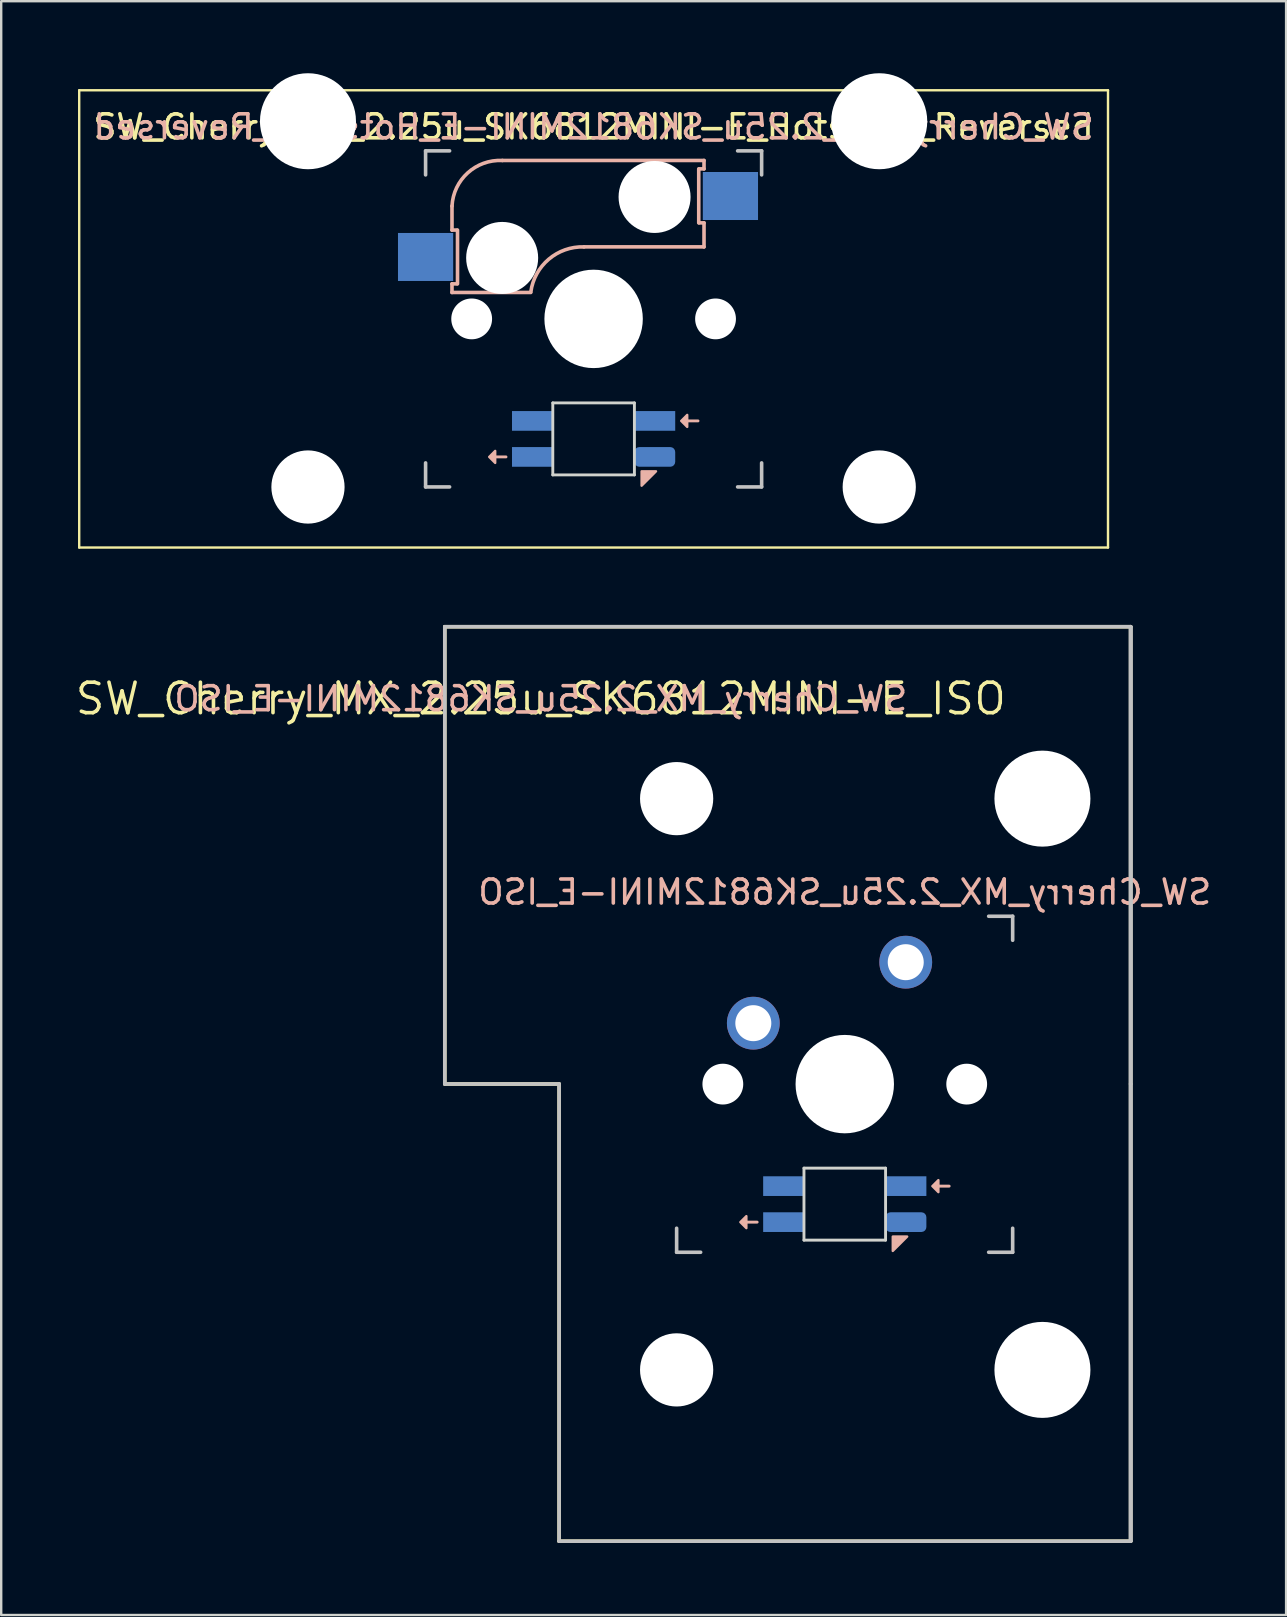
<source format=kicad_pcb>
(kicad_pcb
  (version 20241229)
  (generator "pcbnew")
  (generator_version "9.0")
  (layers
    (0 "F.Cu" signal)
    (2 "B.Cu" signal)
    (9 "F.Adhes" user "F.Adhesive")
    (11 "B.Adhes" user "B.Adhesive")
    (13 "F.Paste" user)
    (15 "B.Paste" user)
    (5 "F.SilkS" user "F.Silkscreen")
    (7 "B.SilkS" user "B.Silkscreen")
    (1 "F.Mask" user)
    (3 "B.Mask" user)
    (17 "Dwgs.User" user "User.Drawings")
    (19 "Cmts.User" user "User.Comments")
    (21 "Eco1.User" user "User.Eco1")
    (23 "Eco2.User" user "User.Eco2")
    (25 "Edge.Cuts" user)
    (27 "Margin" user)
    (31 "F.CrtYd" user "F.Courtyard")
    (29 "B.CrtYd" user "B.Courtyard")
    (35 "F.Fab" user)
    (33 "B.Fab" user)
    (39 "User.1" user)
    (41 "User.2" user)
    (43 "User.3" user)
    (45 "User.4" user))
  (footprint "SW_Cherry_MX_2.25u_SK6812MINI-E_ISO"
    (layer "F.Cu")
    (at 15.481 23.061)
    (property "Reference" "SW_Cherry_MX_2.25u_SK6812MINI-E_ISO" (at 4 3 0) (layer "F.SilkS") (effects (font (size 1.27 1.27) (thickness 0.15))))
    (attr through_hole)
    (fp_line (start 0 0) (end 28.575 0) (stroke (width 0.15) (type solid)) (layer "F.SilkS"))
    (fp_line (start 0 19.05) (end 0 0) (stroke (width 0.15) (type solid)) (layer "F.SilkS"))
    (fp_line (start 0 19.05) (end 4.763 19.05) (stroke (width 0.15) (type solid)) (layer "F.SilkS"))
    (fp_line (start 4.763 19.05) (end 4.763 38.1) (stroke (width 0.15) (type solid)) (layer "F.SilkS"))
    (fp_line (start 4.763 38.1) (end 28.575 38.1) (stroke (width 0.15) (type solid)) (layer "F.SilkS"))
    (fp_line (start 28.575 0) (end 28.575 19.05) (stroke (width 0.15) (type solid)) (layer "F.SilkS"))
    (fp_line (start 28.575 19.05) (end 28.575 38.1) (stroke (width 0.15) (type solid)) (layer "F.SilkS"))
    (fp_line (start 12.564 24.806) (end 13.014 24.806) (stroke (width 0.12) (type solid)) (layer "B.SilkS"))
    (fp_line (start 20.564 23.306) (end 21.014 23.306) (stroke (width 0.12) (type solid)) (layer "B.SilkS"))
    (fp_poly (pts (xy 12.564 24.556) (xy 12.314 24.806) (xy 12.564 25.056)) (stroke (width 0.1) (type solid)) (fill yes) (layer "B.SilkS"))
    (fp_poly (pts (xy 18.664 26.006) (xy 18.664 25.407) (xy 19.264 25.407)) (stroke (width 0.1) (type solid)) (fill yes) (layer "B.SilkS"))
    (fp_poly (pts (xy 20.564 23.056) (xy 20.314 23.306) (xy 20.564 23.556)) (stroke (width 0.1) (type solid)) (fill yes) (layer "B.SilkS"))
    (fp_line (start 0 0) (end 0 19.05) (stroke (width 0.15) (type solid)) (layer "Dwgs.User"))
    (fp_line (start 0 0) (end 28.575 0) (stroke (width 0.15) (type solid)) (layer "Dwgs.User"))
    (fp_line (start 4.763 19.05) (end 0 19.05) (stroke (width 0.15) (type solid)) (layer "Dwgs.User"))
    (fp_line (start 4.763 38.1) (end 4.763 19.05) (stroke (width 0.15) (type solid)) (layer "Dwgs.User"))
    (fp_line (start 4.763 38.1) (end 28.575 38.1) (stroke (width 0.15) (type solid)) (layer "Dwgs.User"))
    (fp_line (start 9.659 26.061) (end 9.659 25.061) (stroke (width 0.15) (type solid)) (layer "Dwgs.User"))
    (fp_line (start 10.659 26.061) (end 9.659 26.061) (stroke (width 0.15) (type solid)) (layer "Dwgs.User"))
    (fp_line (start 22.659 26.061) (end 23.659 26.061) (stroke (width 0.15) (type solid)) (layer "Dwgs.User"))
    (fp_line (start 23.659 12.062) (end 22.659 12.062) (stroke (width 0.15) (type solid)) (layer "Dwgs.User"))
    (fp_line (start 23.659 13.062) (end 23.659 12.062) (stroke (width 0.15) (type solid)) (layer "Dwgs.User"))
    (fp_line (start 23.659 26.061) (end 23.659 25.061) (stroke (width 0.15) (type solid)) (layer "Dwgs.User"))
    (fp_line (start 28.575 0) (end 28.575 19.05) (stroke (width 0.15) (type solid)) (layer "Dwgs.User"))
    (fp_line (start 28.575 0) (end 28.575 38.1) (stroke (width 0.15) (type solid)) (layer "Dwgs.User"))
    (fp_line (start 28.575 0) (end 28.575 38.1) (stroke (width 0.15) (type solid)) (layer "Dwgs.User"))
    (fp_line (start 28.575 19.05) (end 28.575 38.1) (stroke (width 0.15) (type solid)) (layer "Dwgs.User"))
    (fp_line (start 9.614 12.011) (end 10.97 12.011) (stroke (width 0.05) (type solid)) (layer "Eco1.User"))
    (fp_line (start 9.614 26.111) (end 9.614 12.011) (stroke (width 0.05) (type solid)) (layer "Eco1.User"))
    (fp_line (start 9.614 26.111) (end 10.97 26.111) (stroke (width 0.05) (type solid)) (layer "Eco1.User"))
    (fp_line (start 10.97 2.933) (end 10.97 12.011) (stroke (width 0.05) (type solid)) (layer "Eco1.User"))
    (fp_line (start 10.97 35.191) (end 10.97 26.111) (stroke (width 0.05) (type solid)) (layer "Eco1.User"))
    (fp_line (start 23.263 12.011) (end 23.263 10.011) (stroke (width 0.05) (type solid)) (layer "Eco1.User"))
    (fp_line (start 23.263 12.011) (end 23.714 12.011) (stroke (width 0.05) (type solid)) (layer "Eco1.User"))
    (fp_line (start 23.263 26.111) (end 23.263 28.111) (stroke (width 0.05) (type solid)) (layer "Eco1.User"))
    (fp_line (start 23.263 26.111) (end 23.714 26.111) (stroke (width 0.05) (type solid)) (layer "Eco1.User"))
    (fp_line (start 23.263 28.111) (end 24.432 28.111) (stroke (width 0.05) (type solid)) (layer "Eco1.User"))
    (fp_line (start 23.714 12.011) (end 23.714 26.111) (stroke (width 0.05) (type solid)) (layer "Eco1.User"))
    (fp_line (start 24.432 2.932) (end 10.97 2.933) (stroke (width 0.05) (type solid)) (layer "Eco1.User"))
    (fp_line (start 24.432 10.011) (end 23.263 10.011) (stroke (width 0.05) (type solid)) (layer "Eco1.User"))
    (fp_line (start 24.432 10.011) (end 24.432 2.932) (stroke (width 0.05) (type solid)) (layer "Eco1.User"))
    (fp_line (start 24.432 28.111) (end 24.432 35.191) (stroke (width 0.05) (type solid)) (layer "Eco1.User"))
    (fp_line (start 24.432 35.191) (end 10.97 35.191) (stroke (width 0.05) (type solid)) (layer "Eco1.User"))
    (fp_line (start 14.964 22.556) (end 18.364 22.556) (stroke (width 0.12) (type solid)) (layer "Edge.Cuts"))
    (fp_line (start 14.964 25.556) (end 14.964 22.556) (stroke (width 0.12) (type solid)) (layer "Edge.Cuts"))
    (fp_line (start 18.364 22.556) (end 18.364 25.556) (stroke (width 0.12) (type solid)) (layer "Edge.Cuts"))
    (fp_line (start 18.364 25.556) (end 14.964 25.556) (stroke (width 0.12) (type solid)) (layer "Edge.Cuts"))
    (fp_text user "${REFERENCE}" (at 16.664 11.056 0) (layer "B.SilkS") (effects (font (size 1 1) (thickness 0.15)) (justify mirror)))
    (fp_text user "${REFERENCE}" (at 4 3 0) (layer "B.SilkS") (effects (font (size 1 1) (thickness 0.15)) (justify mirror)))
    (pad "" np_thru_hole circle (at 9.659 7.162 90) (size 3.05 3.05) (drill 3.05) (layers "*.Cu" "*.Mask"))
    (pad "" np_thru_hole circle (at 9.659 30.962 90) (size 3.05 3.05) (drill 3.05) (layers "*.Cu" "*.Mask"))
    (pad "" np_thru_hole circle (at 11.584 19.056) (size 1.7 1.7) (drill 1.7) (layers "*.Cu" "*.Mask"))
    (pad "" np_thru_hole circle (at 16.664 19.056 90) (size 4.1 4.1) (drill 4.1) (layers "*.Cu" "*.Mask"))
    (pad "" np_thru_hole circle (at 21.744 19.056) (size 1.7 1.7) (drill 1.7) (layers "*.Cu" "*.Mask"))
    (pad "" np_thru_hole circle (at 24.899 7.162 90) (size 4 4) (drill 4) (layers "*.Cu" "*.Mask"))
    (pad "" np_thru_hole circle (at 24.899 30.962 90) (size 4 4) (drill 4) (layers "*.Cu" "*.Mask"))
    (pad "1" thru_hole circle (at 12.854 16.517 180) (size 2.2 2.2) (drill 1.5) (layers "*.Cu" "*.Mask"))
    (pad "2" thru_hole circle (at 19.204 13.976 180) (size 2.2 2.2) (drill 1.5) (layers "*.Cu" "*.Mask"))
    (pad "3" smd rect (at 14.114 23.306) (size 1.7 0.82) (layers "B.Cu" "B.Mask" "B.Paste"))
    (pad "4" smd rect (at 14.114 24.806) (size 1.7 0.82) (layers "B.Cu" "B.Mask" "B.Paste"))
    (pad "5" smd roundrect (at 19.214 24.806) (size 1.7 0.82) (layers "B.Cu" "B.Mask" "B.Paste") (roundrect_rratio 0.25))
    (pad "6" smd rect (at 19.214 23.306) (size 1.7 0.82) (layers "B.Cu" "B.Mask" "B.Paste")))
  (footprint "SW_Cherry_MX_2.25u_SK6812MINI-E_Hotswap_Reversed"
    (layer "F.Cu")
    (at 0.25 0.711)
    (property "Reference" "SW_Cherry_MX_2.25u_SK6812MINI-E_Hotswap_Reversed" (at 21.431 1.525 0) (unlocked yes) (layer "F.SilkS") (effects (font (size 1 1) (thickness 0.15))))
    (attr smd)
    (fp_line (start 0 0) (end 42.862 0) (stroke (width 0.1) (type solid)) (layer "F.SilkS"))
    (fp_line (start 0 19.05) (end 0 0) (stroke (width 0.1) (type solid)) (layer "F.SilkS"))
    (fp_line (start 42.862 0) (end 42.862 19.05) (stroke (width 0.1) (type solid)) (layer "F.SilkS"))
    (fp_line (start 42.862 19.05) (end 0 19.05) (stroke (width 0.1) (type solid)) (layer "F.SilkS"))
    (fp_line (start 15.531 4.825) (end 15.531 5.825) (stroke (width 0.15) (type solid)) (layer "B.SilkS"))
    (fp_line (start 15.531 5.825) (end 15.731 5.825) (stroke (width 0.15) (type solid)) (layer "B.SilkS"))
    (fp_line (start 15.531 8.425) (end 15.531 8.065) (stroke (width 0.15) (type solid)) (layer "B.SilkS"))
    (fp_line (start 15.531 8.425) (end 18.811 8.425) (stroke (width 0.15) (type solid)) (layer "B.SilkS"))
    (fp_line (start 15.731 8.065) (end 15.531 8.065) (stroke (width 0.15) (type solid)) (layer "B.SilkS"))
    (fp_line (start 15.761 5.825) (end 15.761 8.065) (stroke (width 0.15) (type solid)) (layer "B.SilkS"))
    (fp_line (start 17.331 15.275) (end 17.781 15.275) (stroke (width 0.12) (type solid)) (layer "B.SilkS"))
    (fp_line (start 21.031 6.525) (end 26.031 6.525) (stroke (width 0.15) (type solid)) (layer "B.SilkS"))
    (fp_line (start 25.331 13.775) (end 25.781 13.775) (stroke (width 0.12) (type solid)) (layer "B.SilkS"))
    (fp_line (start 25.811 5.525) (end 25.811 3.275) (stroke (width 0.15) (type solid)) (layer "B.SilkS"))
    (fp_line (start 25.831 3.275) (end 26.031 3.275) (stroke (width 0.15) (type solid)) (layer "B.SilkS"))
    (fp_line (start 26.031 2.925) (end 17.631 2.925) (stroke (width 0.15) (type solid)) (layer "B.SilkS"))
    (fp_line (start 26.031 3.275) (end 26.031 2.925) (stroke (width 0.15) (type solid)) (layer "B.SilkS"))
    (fp_line (start 26.031 5.525) (end 25.831 5.525) (stroke (width 0.15) (type solid)) (layer "B.SilkS"))
    (fp_line (start 26.031 6.525) (end 26.031 5.525) (stroke (width 0.15) (type solid)) (layer "B.SilkS"))
    (fp_arc (start 15.53125 4.825001) (mid 16.187746 3.440076) (end 17.631249 2.925) (stroke (width 0.15) (type solid)) (layer "B.SilkS"))
    (fp_arc (start 18.814932 8.403529) (mid 19.562541 7.038882) (end 21.03125 6.525) (stroke (width 0.15) (type solid)) (layer "B.SilkS"))
    (fp_poly (pts (xy 17.331 15.025) (xy 17.081 15.275) (xy 17.331 15.525)) (stroke (width 0.1) (type solid)) (fill yes) (layer "B.SilkS"))
    (fp_poly (pts (xy 23.431 16.475) (xy 23.431 15.875) (xy 24.031 15.875)) (stroke (width 0.1) (type solid)) (fill yes) (layer "B.SilkS"))
    (fp_poly (pts (xy 25.331 13.525) (xy 25.081 13.775) (xy 25.331 14.025)) (stroke (width 0.1) (type solid)) (fill yes) (layer "B.SilkS"))
    (fp_line (start 14.431 2.525) (end 15.431 2.525) (stroke (width 0.15) (type solid)) (layer "Dwgs.User"))
    (fp_line (start 14.431 3.525) (end 14.431 2.525) (stroke (width 0.15) (type solid)) (layer "Dwgs.User"))
    (fp_line (start 14.431 15.525) (end 14.431 16.525) (stroke (width 0.15) (type solid)) (layer "Dwgs.User"))
    (fp_line (start 14.431 16.525) (end 15.431 16.525) (stroke (width 0.15) (type solid)) (layer "Dwgs.User"))
    (fp_line (start 27.431 16.525) (end 28.431 16.525) (stroke (width 0.15) (type solid)) (layer "Dwgs.User"))
    (fp_line (start 28.431 2.525) (end 27.431 2.525) (stroke (width 0.15) (type solid)) (layer "Dwgs.User"))
    (fp_line (start 28.431 2.525) (end 28.431 3.525) (stroke (width 0.15) (type solid)) (layer "Dwgs.User"))
    (fp_line (start 28.431 16.525) (end 28.431 15.525) (stroke (width 0.15) (type solid)) (layer "Dwgs.User"))
    (fp_line (start 5.931 0.475) (end 5.931 15.575) (stroke (width 0.05) (type solid)) (layer "Eco1.User"))
    (fp_line (start 12.931 0.475) (end 5.931 0.475) (stroke (width 0.05) (type solid)) (layer "Eco1.User"))
    (fp_line (start 12.931 0.475) (end 12.931 2.475) (stroke (width 0.05) (type solid)) (layer "Eco1.User"))
    (fp_line (start 14.381 15.575) (end 5.931 15.575) (stroke (width 0.05) (type solid)) (layer "Eco1.User"))
    (fp_line (start 14.381 16.575) (end 14.381 15.575) (stroke (width 0.05) (type solid)) (layer "Eco1.User"))
    (fp_line (start 21.431 2.475) (end 12.931 2.475) (stroke (width 0.05) (type default)) (layer "Eco1.User"))
    (fp_line (start 21.431 2.475) (end 29.931 2.475) (stroke (width 0.05) (type solid)) (layer "Eco1.User"))
    (fp_line (start 28.481 16.575) (end 14.381 16.575) (stroke (width 0.05) (type solid)) (layer "Eco1.User"))
    (fp_line (start 28.481 16.575) (end 28.481 15.575) (stroke (width 0.05) (type solid)) (layer "Eco1.User"))
    (fp_line (start 29.931 0.475) (end 36.931 0.475) (stroke (width 0.05) (type solid)) (layer "Eco1.User"))
    (fp_line (start 29.931 2.475) (end 29.931 0.475) (stroke (width 0.05) (type solid)) (layer "Eco1.User"))
    (fp_line (start 36.931 0.475) (end 36.931 15.575) (stroke (width 0.05) (type solid)) (layer "Eco1.User"))
    (fp_line (start 36.931 15.575) (end 28.481 15.575) (stroke (width 0.05) (type solid)) (layer "Eco1.User"))
    (fp_line (start 19.731 13.025) (end 23.131 13.025) (stroke (width 0.12) (type solid)) (layer "Edge.Cuts"))
    (fp_line (start 19.731 16.025) (end 19.731 13.025) (stroke (width 0.12) (type solid)) (layer "Edge.Cuts"))
    (fp_line (start 23.131 13.025) (end 23.131 16.025) (stroke (width 0.12) (type solid)) (layer "Edge.Cuts"))
    (fp_line (start 23.131 16.025) (end 19.731 16.025) (stroke (width 0.12) (type solid)) (layer "Edge.Cuts"))
    (fp_text user "${REFERENCE}" (at 21.431 1.525 0) (layer "B.SilkS") (effects (font (size 1 1) (thickness 0.15)) (justify mirror)))
    (pad "" np_thru_hole circle (at 9.531 1.29 180) (size 4 4) (drill 4) (layers "*.Cu" "*.Mask"))
    (pad "" np_thru_hole circle (at 9.531 16.529 180) (size 3.05 3.05) (drill 3.05) (layers "*.Cu" "*.Mask"))
    (pad "" np_thru_hole circle (at 16.351 9.525) (size 1.7 1.7) (drill 1.7) (layers "*.Cu" "*.Mask"))
    (pad "" np_thru_hole circle (at 17.621 6.985 180) (size 3 3) (drill 3) (layers "*.Cu" "*.Mask"))
    (pad "" np_thru_hole circle (at 21.431 9.525 90) (size 4.1 4.1) (drill 4.1) (layers "*.Cu" "*.Mask"))
    (pad "" np_thru_hole circle (at 23.971 4.445 180) (size 3 3) (drill 3) (layers "*.Cu" "*.Mask"))
    (pad "" np_thru_hole circle (at 26.511 9.525) (size 1.7 1.7) (drill 1.7) (layers "*.Cu" "*.Mask"))
    (pad "" np_thru_hole circle (at 33.331 1.29 180) (size 4 4) (drill 4) (layers "*.Cu" "*.Mask"))
    (pad "" np_thru_hole circle (at 33.331 16.529 180) (size 3.05 3.05) (drill 3.05) (layers "*.Cu" "*.Mask"))
    (pad "1" smd rect (at 14.431 6.945 180) (size 2.3 2) (layers "B.Cu" "B.Mask" "B.Paste"))
    (pad "2" smd rect (at 27.131 4.405 180) (size 2.3 2) (layers "B.Cu" "B.Mask" "B.Paste"))
    (pad "3" smd rect (at 18.881 13.775) (size 1.7 0.82) (layers "B.Cu" "B.Mask" "B.Paste"))
    (pad "4" smd rect (at 18.881 15.275) (size 1.7 0.82) (layers "B.Cu" "B.Mask" "B.Paste"))
    (pad "5" smd roundrect (at 23.981 15.275) (size 1.7 0.82) (layers "B.Cu" "B.Mask" "B.Paste") (roundrect_rratio 0.25))
    (pad "6" smd rect (at 23.981 13.775) (size 1.7 0.82) (layers "B.Cu" "B.Mask" "B.Paste")))
  (gr_rect
    (start -3 -3)
    (end 50.532 64.236)
    (stroke (width 0.1) (type default))
    (fill no)
    (layer "Edge.Cuts")))
</source>
